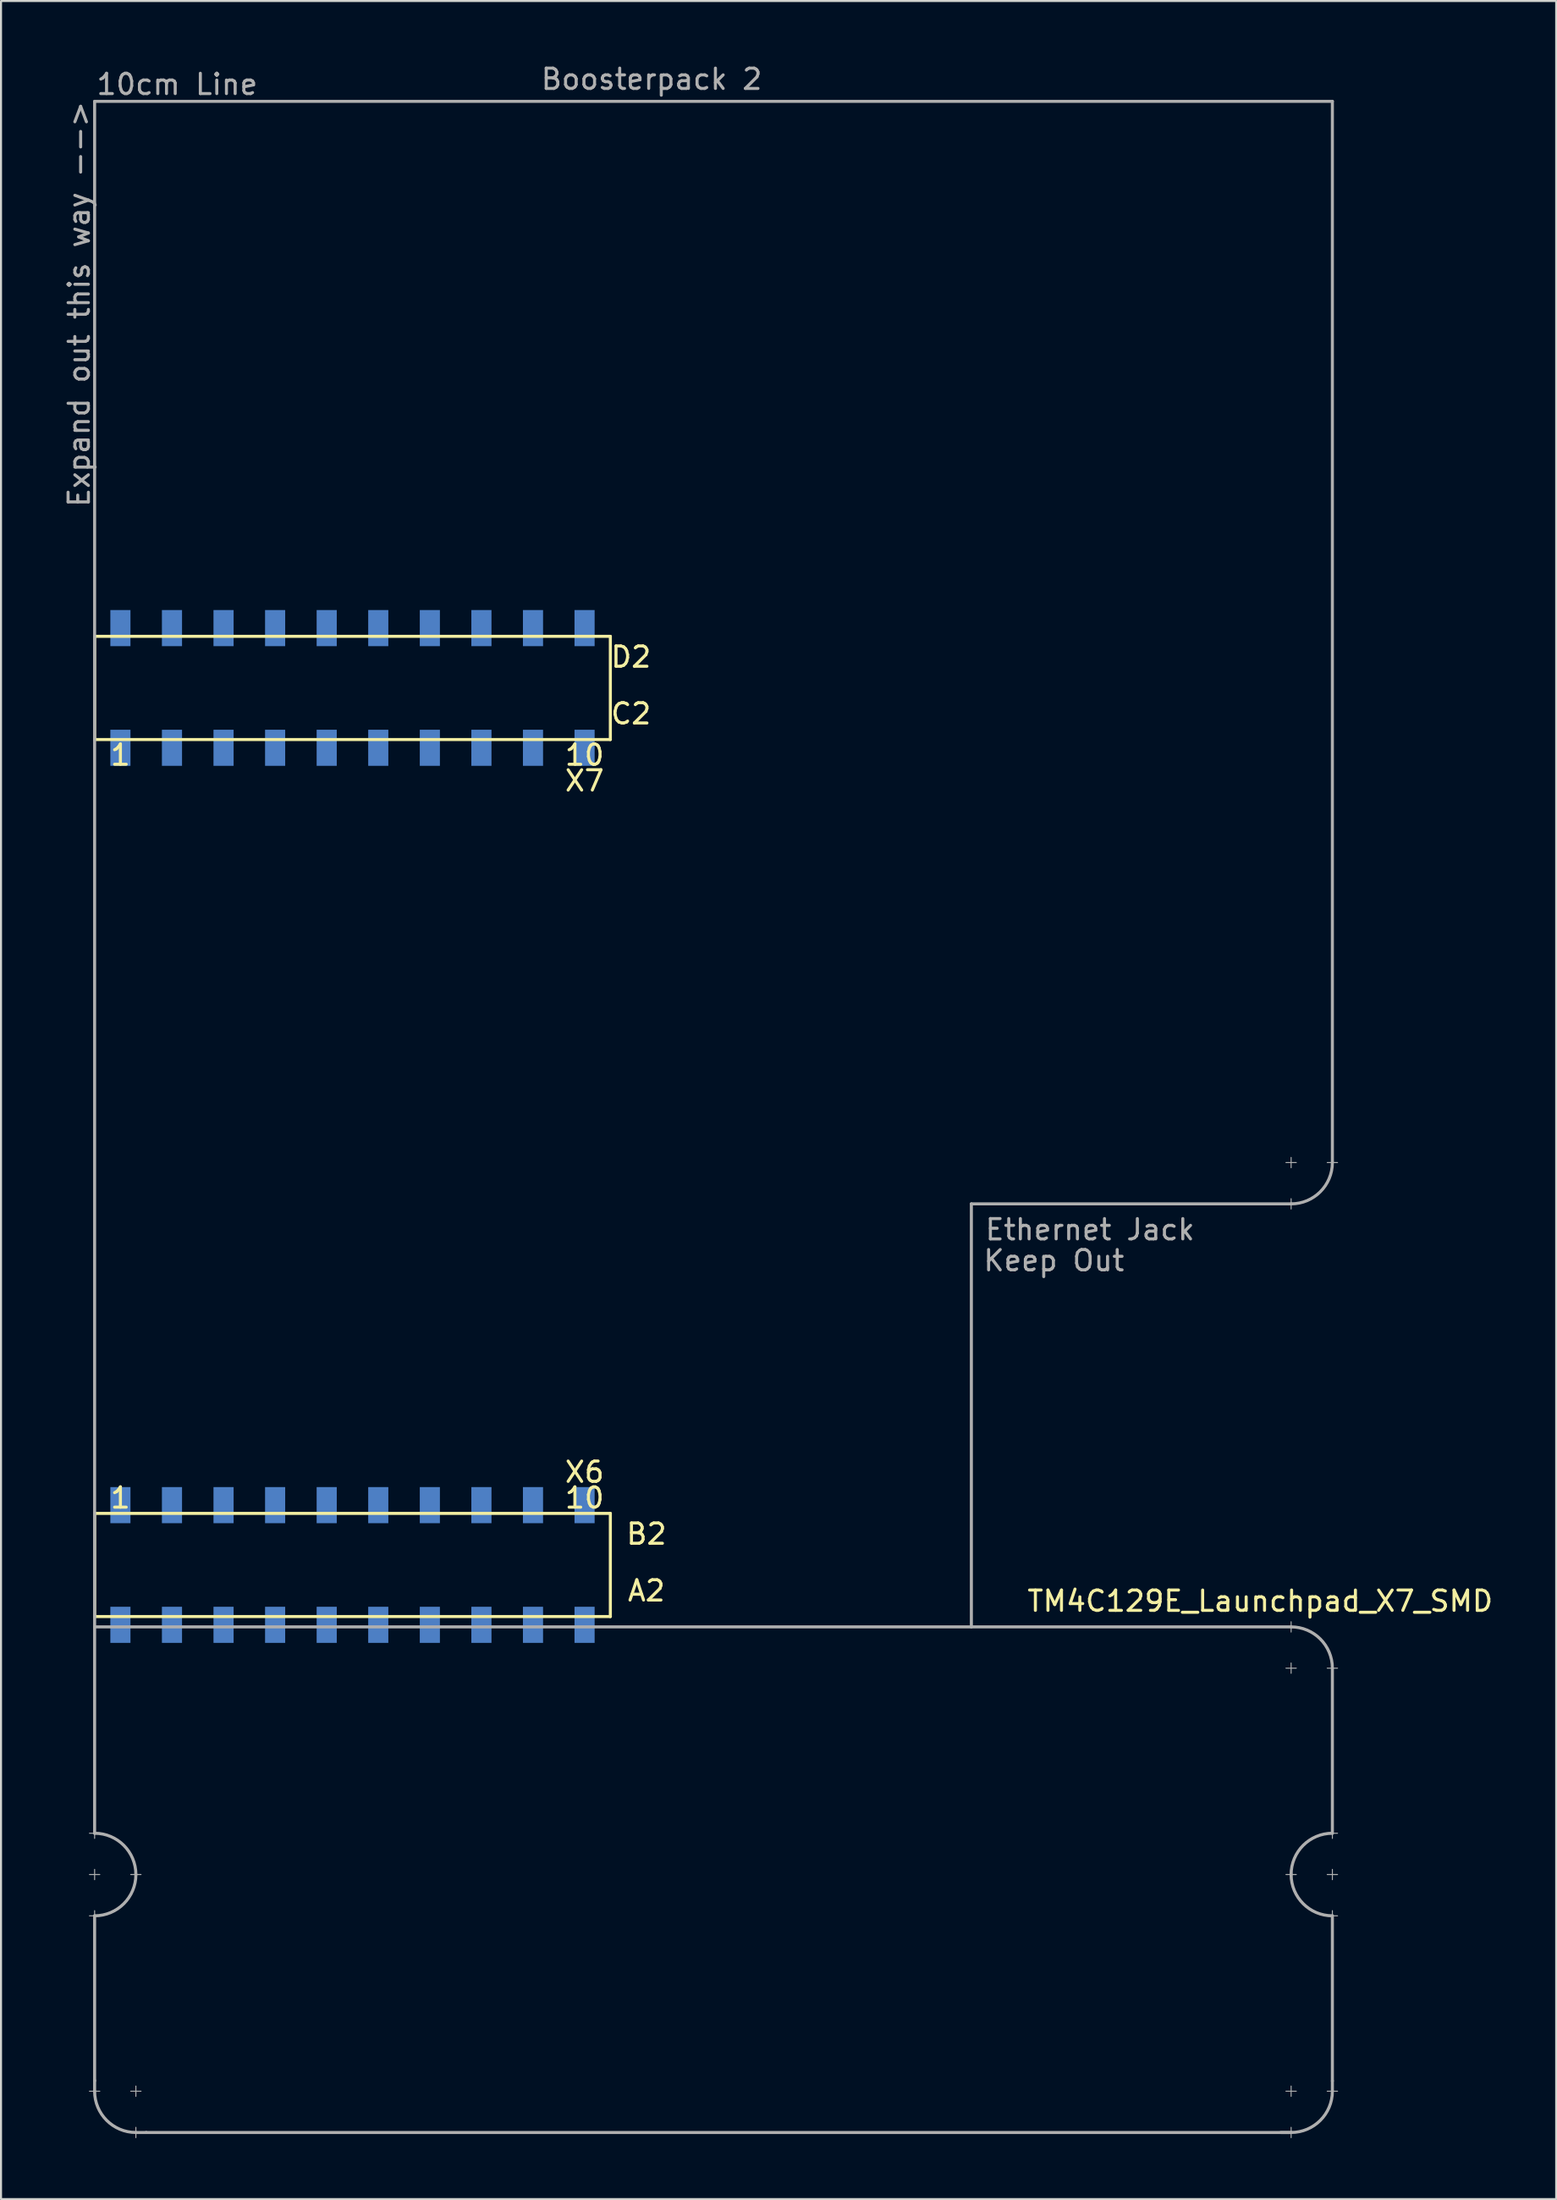
<source format=kicad_pcb>
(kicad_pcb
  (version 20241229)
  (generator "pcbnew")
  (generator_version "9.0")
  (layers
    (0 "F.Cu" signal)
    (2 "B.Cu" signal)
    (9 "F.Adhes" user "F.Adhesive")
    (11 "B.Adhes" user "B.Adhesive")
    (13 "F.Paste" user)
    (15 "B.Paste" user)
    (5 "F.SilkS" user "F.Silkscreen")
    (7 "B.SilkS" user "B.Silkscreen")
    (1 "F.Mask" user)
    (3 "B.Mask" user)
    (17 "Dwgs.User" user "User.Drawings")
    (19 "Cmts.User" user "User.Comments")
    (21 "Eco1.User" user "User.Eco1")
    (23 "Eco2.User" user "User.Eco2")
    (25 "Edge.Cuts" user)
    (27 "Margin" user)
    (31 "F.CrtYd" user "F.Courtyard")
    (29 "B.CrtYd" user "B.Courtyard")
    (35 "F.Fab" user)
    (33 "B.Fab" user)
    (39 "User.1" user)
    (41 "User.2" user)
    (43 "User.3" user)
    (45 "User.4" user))
  (footprint "TM4C129E_Launchpad_X7_SMD"
    (layer "F.Cu")
    (at 1.61 76.54)
    (property "Reference" "TM4C129E_Launchpad_X7_SMD" (at 57.404 -0.762 180) (layer "F.SilkS") (effects (font (size 1 1) (thickness 0.15))))
    (attr through_hole)
    (fp_line (start 0 -48.26) (end 0 -43.18) (stroke (width 0.15) (type solid)) (layer "F.SilkS"))
    (fp_line (start 0 -43.18) (end 25.4 -43.18) (stroke (width 0.15) (type solid)) (layer "F.SilkS"))
    (fp_line (start 0 -5.08) (end 0 0) (stroke (width 0.15) (type solid)) (layer "F.SilkS"))
    (fp_line (start 0 0) (end 25.4 0) (stroke (width 0.15) (type solid)) (layer "F.SilkS"))
    (fp_line (start 25.4 -48.26) (end 0 -48.26) (stroke (width 0.15) (type solid)) (layer "F.SilkS"))
    (fp_line (start 25.4 -43.18) (end 25.4 -48.26) (stroke (width 0.15) (type solid)) (layer "F.SilkS"))
    (fp_line (start 25.4 -5.08) (end 0 -5.08) (stroke (width 0.15) (type solid)) (layer "F.SilkS"))
    (fp_line (start 25.4 0) (end 25.4 -5.08) (stroke (width 0.15) (type solid)) (layer "F.SilkS"))
    (fp_line (start 0 -74.6) (end 60.96 -74.6) (stroke (width 0.15) (type solid)) (layer "F.Fab"))
    (fp_line (start 0 0) (end 0 -74.6) (stroke (width 0.15) (type solid)) (layer "F.Fab"))
    (fp_line (start 0 0) (end 0 10.668) (stroke (width 0.15) (type solid)) (layer "F.Fab"))
    (fp_line (start 0 0.508) (end 58.928 0.508) (stroke (width 0.15) (type solid)) (layer "F.Fab"))
    (fp_line (start 0 10.922) (end 0 10.414) (stroke (width 0.05) (type solid)) (layer "F.Fab"))
    (fp_line (start 0 12.954) (end 0 12.446) (stroke (width 0.05) (type solid)) (layer "F.Fab"))
    (fp_line (start 0 14.732) (end 0 22.86) (stroke (width 0.15) (type solid)) (layer "F.Fab"))
    (fp_line (start 0 14.986) (end 0 14.478) (stroke (width 0.05) (type solid)) (layer "F.Fab"))
    (fp_line (start 0 23.368) (end 0 22.835) (stroke (width 0.15) (type solid)) (layer "F.Fab"))
    (fp_line (start 0.254 10.668) (end -0.254 10.668) (stroke (width 0.05) (type solid)) (layer "F.Fab"))
    (fp_line (start 0.254 12.7) (end -0.254 12.7) (stroke (width 0.05) (type solid)) (layer "F.Fab"))
    (fp_line (start 0.254 14.732) (end -0.254 14.732) (stroke (width 0.05) (type solid)) (layer "F.Fab"))
    (fp_line (start 0.254 23.368) (end -0.254 23.368) (stroke (width 0.05) (type solid)) (layer "F.Fab"))
    (fp_line (start 2.032 23.622) (end 2.032 23.114) (stroke (width 0.05) (type solid)) (layer "F.Fab"))
    (fp_line (start 2.032 25.4) (end 2.54 25.4) (stroke (width 0.15) (type solid)) (layer "F.Fab"))
    (fp_line (start 2.032 25.654) (end 2.032 25.146) (stroke (width 0.05) (type solid)) (layer "F.Fab"))
    (fp_line (start 2.286 12.7) (end 1.778 12.7) (stroke (width 0.05) (type solid)) (layer "F.Fab"))
    (fp_line (start 2.286 23.368) (end 1.778 23.368) (stroke (width 0.05) (type solid)) (layer "F.Fab"))
    (fp_line (start 43.18 -20.32) (end 43.18 0.508) (stroke (width 0.15) (type solid)) (layer "F.Fab"))
    (fp_line (start 58.42 25.4) (end 58.928 25.4) (stroke (width 0.15) (type solid)) (layer "F.Fab"))
    (fp_line (start 58.674 -22.352) (end 59.182 -22.352) (stroke (width 0.05) (type solid)) (layer "F.Fab"))
    (fp_line (start 58.928 -22.098) (end 58.928 -22.606) (stroke (width 0.05) (type solid)) (layer "F.Fab"))
    (fp_line (start 58.928 -20.32) (end 43.18 -20.32) (stroke (width 0.15) (type solid)) (layer "F.Fab"))
    (fp_line (start 58.928 -20.066) (end 58.928 -20.574) (stroke (width 0.05) (type solid)) (layer "F.Fab"))
    (fp_line (start 58.928 0.762) (end 58.928 0.254) (stroke (width 0.05) (type solid)) (layer "F.Fab"))
    (fp_line (start 58.928 2.794) (end 58.928 2.286) (stroke (width 0.05) (type solid)) (layer "F.Fab"))
    (fp_line (start 58.928 23.622) (end 58.928 23.114) (stroke (width 0.05) (type solid)) (layer "F.Fab"))
    (fp_line (start 58.928 25.4) (end 2.54 25.4) (stroke (width 0.15) (type solid)) (layer "F.Fab"))
    (fp_line (start 58.928 25.654) (end 58.928 25.146) (stroke (width 0.05) (type solid)) (layer "F.Fab"))
    (fp_line (start 59.182 2.54) (end 58.674 2.54) (stroke (width 0.05) (type solid)) (layer "F.Fab"))
    (fp_line (start 59.182 12.7) (end 58.674 12.7) (stroke (width 0.05) (type solid)) (layer "F.Fab"))
    (fp_line (start 59.182 23.368) (end 58.674 23.368) (stroke (width 0.05) (type solid)) (layer "F.Fab"))
    (fp_line (start 60.706 -22.352) (end 61.214 -22.352) (stroke (width 0.05) (type solid)) (layer "F.Fab"))
    (fp_line (start 60.96 -74.6) (end 60.96 -22.352) (stroke (width 0.15) (type solid)) (layer "F.Fab"))
    (fp_line (start 60.96 2.54) (end 60.96 10.668) (stroke (width 0.15) (type solid)) (layer "F.Fab"))
    (fp_line (start 60.96 10.922) (end 60.96 10.414) (stroke (width 0.05) (type solid)) (layer "F.Fab"))
    (fp_line (start 60.96 12.954) (end 60.96 12.446) (stroke (width 0.05) (type solid)) (layer "F.Fab"))
    (fp_line (start 60.96 14.732) (end 60.96 22.86) (stroke (width 0.15) (type solid)) (layer "F.Fab"))
    (fp_line (start 60.96 14.986) (end 60.96 14.478) (stroke (width 0.05) (type solid)) (layer "F.Fab"))
    (fp_line (start 60.96 23.368) (end 60.96 22.86) (stroke (width 0.15) (type solid)) (layer "F.Fab"))
    (fp_line (start 61.214 2.54) (end 60.706 2.54) (stroke (width 0.05) (type solid)) (layer "F.Fab"))
    (fp_line (start 61.214 10.668) (end 60.706 10.668) (stroke (width 0.05) (type solid)) (layer "F.Fab"))
    (fp_line (start 61.214 12.7) (end 60.706 12.7) (stroke (width 0.05) (type solid)) (layer "F.Fab"))
    (fp_line (start 61.214 14.732) (end 60.706 14.732) (stroke (width 0.05) (type solid)) (layer "F.Fab"))
    (fp_line (start 61.214 23.368) (end 60.706 23.368) (stroke (width 0.05) (type solid)) (layer "F.Fab"))
    (fp_arc (start 0 10.668) (mid 1.436841 11.263159) (end 2.032 12.7) (stroke (width 0.15) (type solid)) (layer "F.Fab"))
    (fp_arc (start 2.032 12.7) (mid 1.436841 14.136841) (end 0 14.732) (stroke (width 0.15) (type solid)) (layer "F.Fab"))
    (fp_arc (start 2.032 25.4) (mid 0.595159 24.804841) (end 0 23.368) (stroke (width 0.15) (type solid)) (layer "F.Fab"))
    (fp_arc (start 58.928 0.508) (mid 60.364841 1.103159) (end 60.96 2.54) (stroke (width 0.15) (type solid)) (layer "F.Fab"))
    (fp_arc (start 58.928 12.7) (mid 59.523159 11.263159) (end 60.96 10.668) (stroke (width 0.15) (type solid)) (layer "F.Fab"))
    (fp_arc (start 60.96 -22.352) (mid 60.364841 -20.915159) (end 58.928 -20.32) (stroke (width 0.15) (type solid)) (layer "F.Fab"))
    (fp_arc (start 60.96 14.732) (mid 59.523159 14.136841) (end 58.928 12.7) (stroke (width 0.15) (type solid)) (layer "F.Fab"))
    (fp_arc (start 60.96 23.368) (mid 60.364841 24.804841) (end 58.928 25.4) (stroke (width 0.15) (type solid)) (layer "F.Fab"))
    (fp_text user "10" (at 24.13 -42.418 180) (layer "F.SilkS") (effects (font (size 1 1) (thickness 0.15))))
    (fp_text user "B2" (at 27.178 -4.064 180) (layer "F.SilkS") (effects (font (size 1 1) (thickness 0.15))))
    (fp_text user "X7" (at 24.13 -41.148 180) (layer "F.SilkS") (effects (font (size 1 1) (thickness 0.15))))
    (fp_text user "1" (at 1.27 -42.418 180) (layer "F.SilkS") (effects (font (size 1 1) (thickness 0.15))))
    (fp_text user "1" (at 1.27 -5.842 180) (layer "F.SilkS") (effects (font (size 1 1) (thickness 0.15))))
    (fp_text user "X6" (at 24.13 -7.112 0) (layer "F.SilkS") (effects (font (size 1 1) (thickness 0.15))))
    (fp_text user "C2" (at 26.416 -44.45 180) (layer "F.SilkS") (effects (font (size 1 1) (thickness 0.15))))
    (fp_text user "10" (at 24.13 -5.842 180) (layer "F.SilkS") (effects (font (size 1 1) (thickness 0.15))))
    (fp_text user "D2" (at 26.416 -47.244 0) (layer "F.SilkS") (effects (font (size 1 1) (thickness 0.15))))
    (fp_text user "A2" (at 27.178 -1.27 180) (layer "F.SilkS") (effects (font (size 1 1) (thickness 0.15))))
    (fp_text user "Keep Out" (at 47.244 -17.526 0) (layer "F.Fab") (effects (font (size 1 1) (thickness 0.15))))
    (fp_text user "Expand out this way -->" (at -0.762 -64.618 90) (layer "F.Fab") (effects (font (size 1 1) (thickness 0.15))))
    (fp_text user "Boosterpack 2" (at 27.432 -75.692 0) (layer "F.Fab") (effects (font (size 1 1) (thickness 0.15))))
    (fp_text user "Ethernet Jack" (at 49.022 -19.05 0) (layer "F.Fab") (effects (font (size 1 1) (thickness 0.15))))
    (fp_text user "10cm Line" (at 4.064 -75.438 0) (layer "F.Fab") (effects (font (size 1 1) (thickness 0.15))))
    (pad "+3V3" smd rect (at 1.27 0.406 180) (size 0.991 1.778) (layers "B.Cu" "B.Mask" "B.Paste"))
    (pad "+5V" smd rect (at 1.27 -5.486 180) (size 0.991 1.778) (layers "B.Cu" "B.Mask" "B.Paste"))
    (pad "GND" smd rect (at 1.27 -48.666 180) (size 0.991 1.778) (layers "B.Cu" "B.Mask" "B.Paste"))
    (pad "GND" smd rect (at 3.81 -5.486 180) (size 0.991 1.778) (layers "B.Cu" "B.Mask" "B.Paste"))
    (pad "PA4" smd rect (at 21.59 -5.486 180) (size 0.991 1.778) (layers "B.Cu" "B.Mask" "B.Paste"))
    (pad "PA5" smd rect (at 24.13 -5.486 180) (size 0.991 1.778) (layers "B.Cu" "B.Mask" "B.Paste"))
    (pad "PA7" smd rect (at 8.89 -48.666 180) (size 0.991 1.778) (layers "B.Cu" "B.Mask" "B.Paste"))
    (pad "PB4" smd rect (at 6.35 -5.486 180) (size 0.991 1.778) (layers "B.Cu" "B.Mask" "B.Paste"))
    (pad "PB5" smd rect (at 8.89 -5.486 180) (size 0.991 1.778) (layers "B.Cu" "B.Mask" "B.Paste"))
    (pad "PD2" smd rect (at 3.81 0.406 180) (size 0.991 1.778) (layers "B.Cu" "B.Mask" "B.Paste"))
    (pad "PD4" smd rect (at 11.43 0.406 180) (size 0.991 1.778) (layers "B.Cu" "B.Mask" "B.Paste"))
    (pad "PD5" smd rect (at 13.97 0.406 180) (size 0.991 1.778) (layers "B.Cu" "B.Mask" "B.Paste"))
    (pad "PG1" smd rect (at 1.27 -42.774 180) (size 0.991 1.778) (layers "B.Cu" "B.Mask" "B.Paste"))
    (pad "PH0" smd rect (at 16.51 -42.774 180) (size 0.991 1.778) (layers "B.Cu" "B.Mask" "B.Paste"))
    (pad "PH1" smd rect (at 19.05 -42.774 180) (size 0.991 1.778) (layers "B.Cu" "B.Mask" "B.Paste"))
    (pad "PK0" smd rect (at 11.43 -5.486 180) (size 0.991 1.778) (layers "B.Cu" "B.Mask" "B.Paste"))
    (pad "PK1" smd rect (at 13.97 -5.486 180) (size 0.991 1.778) (layers "B.Cu" "B.Mask" "B.Paste"))
    (pad "PK2" smd rect (at 16.51 -5.486 180) (size 0.991 1.778) (layers "B.Cu" "B.Mask" "B.Paste"))
    (pad "PK3" smd rect (at 19.05 -5.486 180) (size 0.991 1.778) (layers "B.Cu" "B.Mask" "B.Paste"))
    (pad "PK4" smd rect (at 3.81 -42.774 180) (size 0.991 1.778) (layers "B.Cu" "B.Mask" "B.Paste"))
    (pad "PK5" smd rect (at 6.35 -42.774 180) (size 0.991 1.778) (layers "B.Cu" "B.Mask" "B.Paste"))
    (pad "PK6" smd rect (at 21.59 -42.774 180) (size 0.991 1.778) (layers "B.Cu" "B.Mask" "B.Paste"))
    (pad "PK7" smd rect (at 24.13 -42.774 180) (size 0.991 1.778) (layers "B.Cu" "B.Mask" "B.Paste"))
    (pad "PM0" smd rect (at 8.89 -42.774 180) (size 0.991 1.778) (layers "B.Cu" "B.Mask" "B.Paste"))
    (pad "PM1" smd rect (at 11.43 -42.774 180) (size 0.991 1.778) (layers "B.Cu" "B.Mask" "B.Paste"))
    (pad "PM2" smd rect (at 13.97 -42.774 180) (size 0.991 1.778) (layers "B.Cu" "B.Mask" "B.Paste"))
    (pad "PM6" smd rect (at 24.13 -48.666 180) (size 0.991 1.778) (layers "B.Cu" "B.Mask" "B.Paste"))
    (pad "PM7" smd rect (at 3.81 -48.666 180) (size 0.991 1.778) (layers "B.Cu" "B.Mask" "B.Paste"))
    (pad "PN4" smd rect (at 24.13 0.406 180) (size 0.991 1.778) (layers "B.Cu" "B.Mask" "B.Paste"))
    (pad "PN5" smd rect (at 21.59 0.406 180) (size 0.991 1.778) (layers "B.Cu" "B.Mask" "B.Paste"))
    (pad "PP0" smd rect (at 6.35 0.406 180) (size 0.991 1.778) (layers "B.Cu" "B.Mask" "B.Paste"))
    (pad "PP1" smd rect (at 8.89 0.406 180) (size 0.991 1.778) (layers "B.Cu" "B.Mask" "B.Paste"))
    (pad "PP3" smd rect (at 19.05 -48.666 180) (size 0.991 1.778) (layers "B.Cu" "B.Mask" "B.Paste"))
    (pad "PP4" smd rect (at 19.05 0.406 180) (size 0.991 1.778) (layers "B.Cu" "B.Mask" "B.Paste"))
    (pad "PP5" smd rect (at 6.35 -48.666 180) (size 0.991 1.778) (layers "B.Cu" "B.Mask" "B.Paste"))
    (pad "PQ0" smd rect (at 16.51 0.406 180) (size 0.991 1.778) (layers "B.Cu" "B.Mask" "B.Paste"))
    (pad "PQ1" smd rect (at 21.59 -48.666 180) (size 0.991 1.778) (layers "B.Cu" "B.Mask" "B.Paste"))
    (pad "PQ2" smd rect (at 13.97 -48.666 180) (size 0.991 1.778) (layers "B.Cu" "B.Mask" "B.Paste"))
    (pad "PQ3" smd rect (at 16.51 -48.666 180) (size 0.991 1.778) (layers "B.Cu" "B.Mask" "B.Paste"))
    (pad "Rese" smd rect (at 11.43 -48.666 180) (size 0.991 1.778) (layers "B.Cu" "B.Mask" "B.Paste")))
  (gr_rect
    (start -3 -3)
    (end 73.592 105.219)
    (stroke (width 0.1) (type default))
    (fill no)
    (layer "Edge.Cuts")))
</source>
